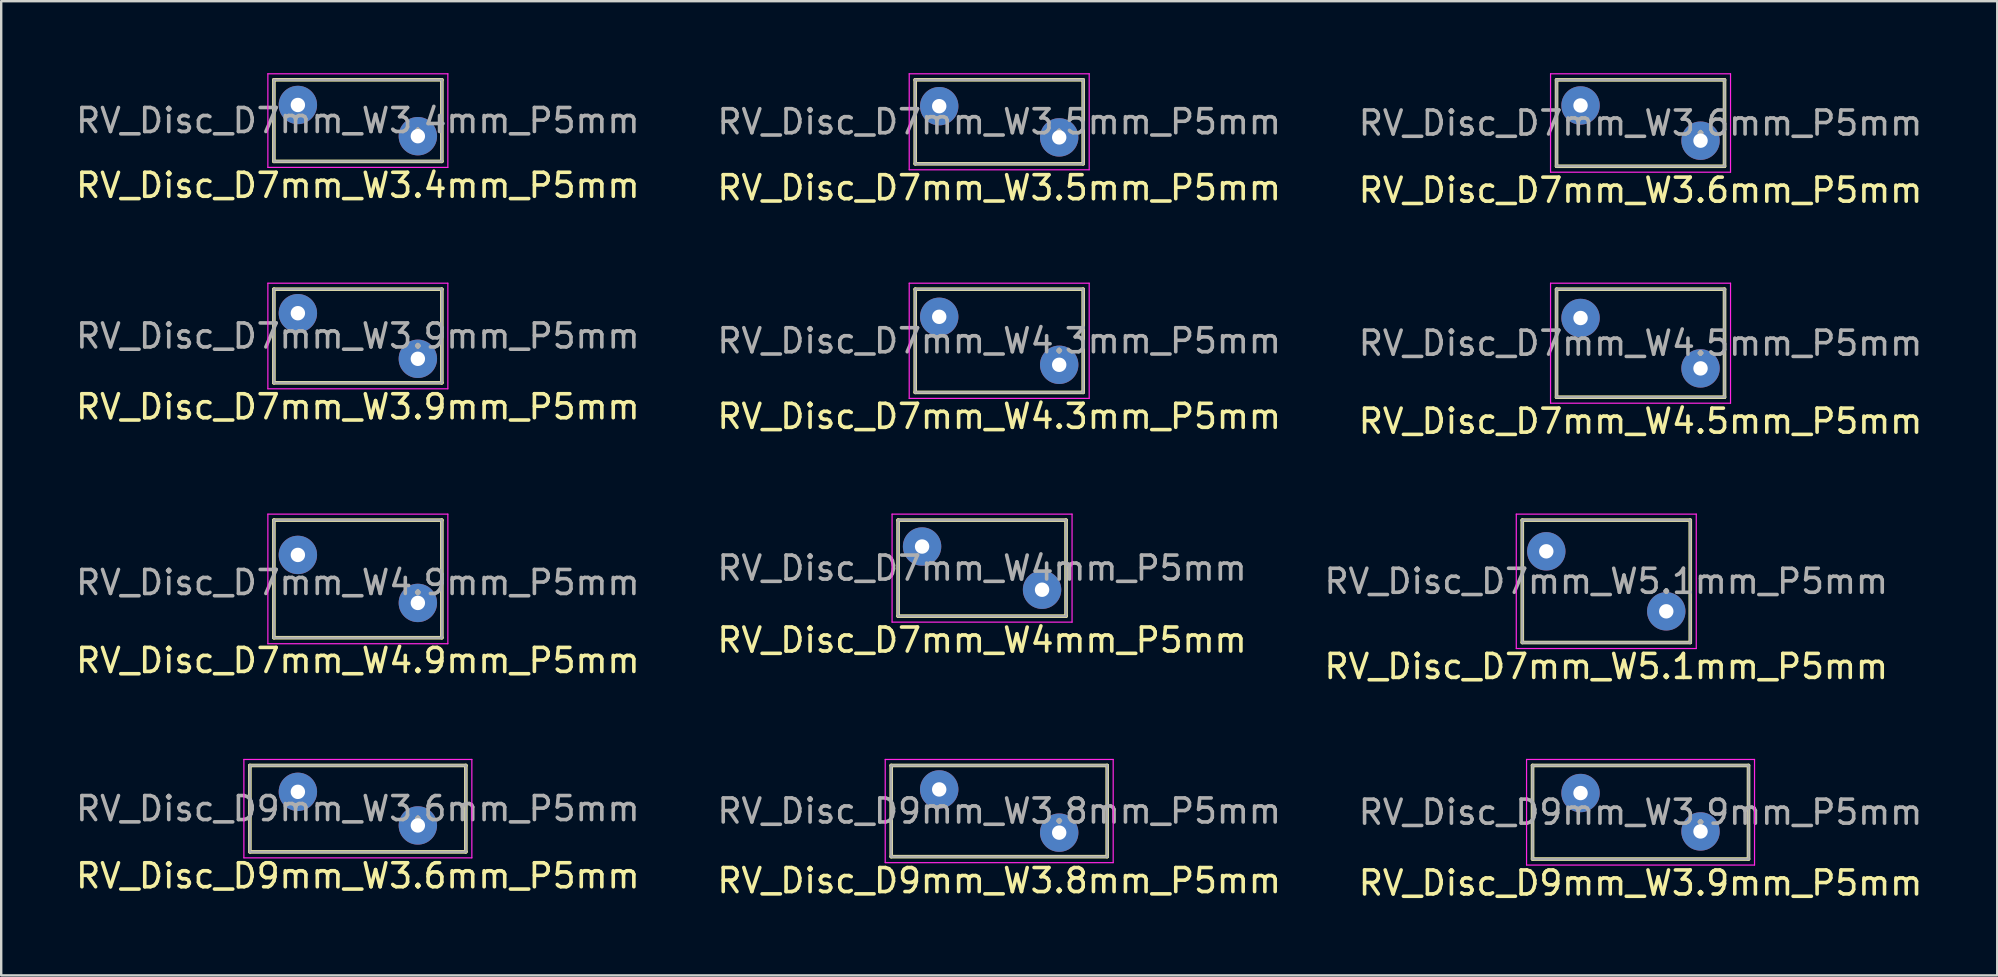
<source format=kicad_pcb>
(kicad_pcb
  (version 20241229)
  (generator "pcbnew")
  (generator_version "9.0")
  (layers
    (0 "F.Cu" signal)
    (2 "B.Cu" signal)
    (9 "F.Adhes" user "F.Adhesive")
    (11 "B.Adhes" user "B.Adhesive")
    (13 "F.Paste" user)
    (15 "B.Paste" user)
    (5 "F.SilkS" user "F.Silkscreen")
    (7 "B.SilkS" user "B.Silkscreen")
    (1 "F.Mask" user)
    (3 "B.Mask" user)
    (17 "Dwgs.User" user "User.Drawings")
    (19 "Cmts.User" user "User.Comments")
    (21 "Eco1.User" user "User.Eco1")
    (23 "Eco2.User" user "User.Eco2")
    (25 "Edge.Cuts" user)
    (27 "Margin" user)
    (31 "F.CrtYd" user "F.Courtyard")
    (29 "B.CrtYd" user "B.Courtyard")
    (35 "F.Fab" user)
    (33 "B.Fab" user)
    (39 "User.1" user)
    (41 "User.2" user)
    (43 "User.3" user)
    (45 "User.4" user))
  (footprint "RV_Disc_D7mm_W4.5mm_P5mm"
    (layer "F.Cu")
    (at 62.815 10.202)
    (property "Reference" "RV_Disc_D7mm_W4.5mm_P5mm" (at 2.5 4.3 0) (layer "F.SilkS") (effects (font (size 1 1) (thickness 0.15))))
    (attr through_hole)
    (fp_line (start -1 -1.2) (end -1 3.3) (stroke (width 0.15) (type solid)) (layer "F.SilkS"))
    (fp_line (start -1 -1.2) (end 6 -1.2) (stroke (width 0.15) (type solid)) (layer "F.SilkS"))
    (fp_line (start -1 3.3) (end 6 3.3) (stroke (width 0.15) (type solid)) (layer "F.SilkS"))
    (fp_line (start 6 -1.2) (end 6 3.3) (stroke (width 0.15) (type solid)) (layer "F.SilkS"))
    (fp_line (start -1.25 -1.45) (end -1.25 3.55) (stroke (width 0.05) (type solid)) (layer "F.CrtYd"))
    (fp_line (start -1.25 -1.45) (end 6.25 -1.45) (stroke (width 0.05) (type solid)) (layer "F.CrtYd"))
    (fp_line (start -1.25 3.55) (end 6.25 3.55) (stroke (width 0.05) (type solid)) (layer "F.CrtYd"))
    (fp_line (start 6.25 -1.45) (end 6.25 3.55) (stroke (width 0.05) (type solid)) (layer "F.CrtYd"))
    (fp_line (start -1 -1.2) (end -1 3.3) (stroke (width 0.1) (type solid)) (layer "F.Fab"))
    (fp_line (start -1 -1.2) (end 6 -1.2) (stroke (width 0.1) (type solid)) (layer "F.Fab"))
    (fp_line (start -1 3.3) (end 6 3.3) (stroke (width 0.1) (type solid)) (layer "F.Fab"))
    (fp_line (start 6 -1.2) (end 6 3.3) (stroke (width 0.1) (type solid)) (layer "F.Fab"))
    (fp_text user "${REFERENCE}" (at 2.5 1.05 0) (layer "F.Fab") (effects (font (size 1 1) (thickness 0.15))))
    (pad "1" thru_hole circle (at 0 0) (size 1.6 1.6) (drill 0.6) (layers "*.Cu" "*.Mask"))
    (pad "2" thru_hole circle (at 5 2.1) (size 1.6 1.6) (drill 0.6) (layers "*.Cu" "*.Mask")))
  (footprint "RV_Disc_D7mm_W3.4mm_P5mm"
    (layer "F.Cu")
    (at 9.363 1.325)
    (property "Reference" "RV_Disc_D7mm_W3.4mm_P5mm" (at 2.5 3.35 0) (layer "F.SilkS") (effects (font (size 1 1) (thickness 0.15))))
    (attr through_hole)
    (fp_line (start -1 -1.05) (end -1 2.35) (stroke (width 0.15) (type solid)) (layer "F.SilkS"))
    (fp_line (start -1 -1.05) (end 6 -1.05) (stroke (width 0.15) (type solid)) (layer "F.SilkS"))
    (fp_line (start -1 2.35) (end 6 2.35) (stroke (width 0.15) (type solid)) (layer "F.SilkS"))
    (fp_line (start 6 -1.05) (end 6 2.35) (stroke (width 0.15) (type solid)) (layer "F.SilkS"))
    (fp_line (start -1.25 -1.3) (end -1.25 2.6) (stroke (width 0.05) (type solid)) (layer "F.CrtYd"))
    (fp_line (start -1.25 -1.3) (end 6.25 -1.3) (stroke (width 0.05) (type solid)) (layer "F.CrtYd"))
    (fp_line (start -1.25 2.6) (end 6.25 2.6) (stroke (width 0.05) (type solid)) (layer "F.CrtYd"))
    (fp_line (start 6.25 -1.3) (end 6.25 2.6) (stroke (width 0.05) (type solid)) (layer "F.CrtYd"))
    (fp_line (start -1 -1.05) (end -1 2.35) (stroke (width 0.1) (type solid)) (layer "F.Fab"))
    (fp_line (start -1 -1.05) (end 6 -1.05) (stroke (width 0.1) (type solid)) (layer "F.Fab"))
    (fp_line (start -1 2.35) (end 6 2.35) (stroke (width 0.1) (type solid)) (layer "F.Fab"))
    (fp_line (start 6 -1.05) (end 6 2.35) (stroke (width 0.1) (type solid)) (layer "F.Fab"))
    (fp_text user "${REFERENCE}" (at 2.5 0.65 0) (layer "F.Fab") (effects (font (size 1 1) (thickness 0.15))))
    (pad "1" thru_hole circle (at 0 0) (size 1.6 1.6) (drill 0.6) (layers "*.Cu" "*.Mask"))
    (pad "2" thru_hole circle (at 5 1.3) (size 1.6 1.6) (drill 0.6) (layers "*.Cu" "*.Mask")))
  (footprint "RV_Disc_D7mm_W4.9mm_P5mm"
    (layer "F.Cu")
    (at 9.363 20.075)
    (property "Reference" "RV_Disc_D7mm_W4.9mm_P5mm" (at 2.5 4.4 0) (layer "F.SilkS") (effects (font (size 1 1) (thickness 0.15))))
    (attr through_hole)
    (fp_line (start -1 -1.45) (end -1 3.45) (stroke (width 0.15) (type solid)) (layer "F.SilkS"))
    (fp_line (start -1 -1.45) (end 6 -1.45) (stroke (width 0.15) (type solid)) (layer "F.SilkS"))
    (fp_line (start -1 3.45) (end 6 3.45) (stroke (width 0.15) (type solid)) (layer "F.SilkS"))
    (fp_line (start 6 -1.45) (end 6 3.45) (stroke (width 0.15) (type solid)) (layer "F.SilkS"))
    (fp_line (start -1.25 -1.7) (end -1.25 3.7) (stroke (width 0.05) (type solid)) (layer "F.CrtYd"))
    (fp_line (start -1.25 -1.7) (end 6.25 -1.7) (stroke (width 0.05) (type solid)) (layer "F.CrtYd"))
    (fp_line (start -1.25 3.7) (end 6.25 3.7) (stroke (width 0.05) (type solid)) (layer "F.CrtYd"))
    (fp_line (start 6.25 -1.7) (end 6.25 3.7) (stroke (width 0.05) (type solid)) (layer "F.CrtYd"))
    (fp_line (start -1 -1.45) (end -1 3.45) (stroke (width 0.1) (type solid)) (layer "F.Fab"))
    (fp_line (start -1 -1.45) (end 6 -1.45) (stroke (width 0.1) (type solid)) (layer "F.Fab"))
    (fp_line (start -1 3.45) (end 6 3.45) (stroke (width 0.1) (type solid)) (layer "F.Fab"))
    (fp_line (start 6 -1.45) (end 6 3.44) (stroke (width 0.1) (type solid)) (layer "F.Fab"))
    (fp_text user "${REFERENCE}" (at 2.5 1.15 0) (layer "F.Fab") (effects (font (size 1 1) (thickness 0.15))))
    (pad "1" thru_hole circle (at 0 0) (size 1.6 1.6) (drill 0.6) (layers "*.Cu" "*.Mask"))
    (pad "2" thru_hole circle (at 5 2) (size 1.6 1.6) (drill 0.6) (layers "*.Cu" "*.Mask")))
  (footprint "RV_Disc_D9mm_W3.9mm_P5mm"
    (layer "F.Cu")
    (at 62.815 29.998)
    (property "Reference" "RV_Disc_D9mm_W3.9mm_P5mm" (at 2.5 3.75 0) (layer "F.SilkS") (effects (font (size 1 1) (thickness 0.15))))
    (attr through_hole)
    (fp_line (start -2 -1.15) (end -2 2.75) (stroke (width 0.15) (type solid)) (layer "F.SilkS"))
    (fp_line (start -2 -1.15) (end 7 -1.15) (stroke (width 0.15) (type solid)) (layer "F.SilkS"))
    (fp_line (start -2 2.75) (end 7 2.75) (stroke (width 0.15) (type solid)) (layer "F.SilkS"))
    (fp_line (start 7 -1.15) (end 7 2.75) (stroke (width 0.15) (type solid)) (layer "F.SilkS"))
    (fp_line (start -2.25 -1.4) (end -2.25 3) (stroke (width 0.05) (type solid)) (layer "F.CrtYd"))
    (fp_line (start -2.25 -1.4) (end 7.25 -1.4) (stroke (width 0.05) (type solid)) (layer "F.CrtYd"))
    (fp_line (start -2.25 3) (end 7.25 3) (stroke (width 0.05) (type solid)) (layer "F.CrtYd"))
    (fp_line (start 7.25 -1.4) (end 7.25 3) (stroke (width 0.05) (type solid)) (layer "F.CrtYd"))
    (fp_line (start -2 -1.15) (end -2 2.75) (stroke (width 0.1) (type solid)) (layer "F.Fab"))
    (fp_line (start -2 -1.15) (end 7 -1.15) (stroke (width 0.1) (type solid)) (layer "F.Fab"))
    (fp_line (start -2 2.75) (end 7 2.75) (stroke (width 0.1) (type solid)) (layer "F.Fab"))
    (fp_line (start 7 -1.15) (end 7 2.75) (stroke (width 0.1) (type solid)) (layer "F.Fab"))
    (fp_text user "${REFERENCE}" (at 2.5 0.8 0) (layer "F.Fab") (effects (font (size 1 1) (thickness 0.15))))
    (pad "1" thru_hole circle (at 0 0) (size 1.6 1.6) (drill 0.6) (layers "*.Cu" "*.Mask"))
    (pad "2" thru_hole circle (at 5 1.6) (size 1.6 1.6) (drill 0.6) (layers "*.Cu" "*.Mask")))
  (footprint "RV_Disc_D7mm_W3.6mm_P5mm"
    (layer "F.Cu")
    (at 62.815 1.345)
    (property "Reference" "RV_Disc_D7mm_W3.6mm_P5mm" (at 2.5 3.533 0) (layer "F.SilkS") (effects (font (size 1 1) (thickness 0.15))))
    (attr through_hole)
    (fp_line (start -1 -1.067) (end -1 2.533) (stroke (width 0.15) (type solid)) (layer "F.SilkS"))
    (fp_line (start -1 -1.067) (end 6 -1.067) (stroke (width 0.15) (type solid)) (layer "F.SilkS"))
    (fp_line (start -1 2.533) (end 6 2.533) (stroke (width 0.15) (type solid)) (layer "F.SilkS"))
    (fp_line (start 6 -1.067) (end 6 2.533) (stroke (width 0.15) (type solid)) (layer "F.SilkS"))
    (fp_line (start -1.25 -1.32) (end -1.25 2.78) (stroke (width 0.05) (type solid)) (layer "F.CrtYd"))
    (fp_line (start -1.25 -1.32) (end 6.25 -1.32) (stroke (width 0.05) (type solid)) (layer "F.CrtYd"))
    (fp_line (start -1.25 2.78) (end 6.25 2.78) (stroke (width 0.05) (type solid)) (layer "F.CrtYd"))
    (fp_line (start 6.25 -1.32) (end 6.25 2.78) (stroke (width 0.05) (type solid)) (layer "F.CrtYd"))
    (fp_line (start -1 -1.067) (end -1 2.533) (stroke (width 0.1) (type solid)) (layer "F.Fab"))
    (fp_line (start -1 -1.067) (end 6 -1.067) (stroke (width 0.1) (type solid)) (layer "F.Fab"))
    (fp_line (start -1 2.533) (end 6 2.533) (stroke (width 0.1) (type solid)) (layer "F.Fab"))
    (fp_line (start 6 -1.067) (end 6 2.533) (stroke (width 0.1) (type solid)) (layer "F.Fab"))
    (fp_text user "${REFERENCE}" (at 2.5 0.733 0) (layer "F.Fab") (effects (font (size 1 1) (thickness 0.15))))
    (pad "1" thru_hole circle (at 0 0) (size 1.6 1.6) (drill 0.6) (layers "*.Cu" "*.Mask"))
    (pad "2" thru_hole circle (at 5 1.467) (size 1.6 1.6) (drill 0.6) (layers "*.Cu" "*.Mask")))
  (footprint "RV_Disc_D7mm_W4mm_P5mm"
    (layer "F.Cu")
    (at 35.375 19.725)
    (property "Reference" "RV_Disc_D7mm_W4mm_P5mm" (at 2.5 3.9 0) (layer "F.SilkS") (effects (font (size 1 1) (thickness 0.15))))
    (attr through_hole)
    (fp_line (start -1 -1.1) (end -1 2.9) (stroke (width 0.15) (type solid)) (layer "F.SilkS"))
    (fp_line (start -1 -1.1) (end 6 -1.1) (stroke (width 0.15) (type solid)) (layer "F.SilkS"))
    (fp_line (start -1 2.9) (end 6 2.9) (stroke (width 0.15) (type solid)) (layer "F.SilkS"))
    (fp_line (start 6 -1.1) (end 6 2.9) (stroke (width 0.15) (type solid)) (layer "F.SilkS"))
    (fp_line (start -1.25 -1.35) (end -1.25 3.15) (stroke (width 0.05) (type solid)) (layer "F.CrtYd"))
    (fp_line (start -1.25 -1.35) (end 6.25 -1.35) (stroke (width 0.05) (type solid)) (layer "F.CrtYd"))
    (fp_line (start -1.25 3.15) (end 6.25 3.15) (stroke (width 0.05) (type solid)) (layer "F.CrtYd"))
    (fp_line (start 6.25 -1.35) (end 6.25 3.15) (stroke (width 0.05) (type solid)) (layer "F.CrtYd"))
    (fp_line (start -1 -1.1) (end -1 2.9) (stroke (width 0.1) (type solid)) (layer "F.Fab"))
    (fp_line (start -1 -1.1) (end 6 -1.1) (stroke (width 0.1) (type solid)) (layer "F.Fab"))
    (fp_line (start -1 2.9) (end 6 2.9) (stroke (width 0.1) (type solid)) (layer "F.Fab"))
    (fp_line (start 6 -1.1) (end 6 2.9) (stroke (width 0.1) (type solid)) (layer "F.Fab"))
    (fp_text user "${REFERENCE}" (at 2.5 0.9 0) (layer "F.Fab") (effects (font (size 1 1) (thickness 0.15))))
    (pad "1" thru_hole circle (at 0 0) (size 1.6 1.6) (drill 0.6) (layers "*.Cu" "*.Mask"))
    (pad "2" thru_hole circle (at 5 1.8) (size 1.6 1.6) (drill 0.6) (layers "*.Cu" "*.Mask")))
  (footprint "RV_Disc_D7mm_W3.9mm_P5mm"
    (layer "F.Cu")
    (at 9.363 10.002)
    (property "Reference" "RV_Disc_D7mm_W3.9mm_P5mm" (at 2.5 3.9 0) (layer "F.SilkS") (effects (font (size 1 1) (thickness 0.15))))
    (attr through_hole)
    (fp_line (start -1 -1) (end -1 2.9) (stroke (width 0.15) (type solid)) (layer "F.SilkS"))
    (fp_line (start -1 -1) (end 6 -1) (stroke (width 0.15) (type solid)) (layer "F.SilkS"))
    (fp_line (start -1 2.9) (end 6 2.9) (stroke (width 0.15) (type solid)) (layer "F.SilkS"))
    (fp_line (start 6 -1) (end 6 2.9) (stroke (width 0.15) (type solid)) (layer "F.SilkS"))
    (fp_line (start -1.25 -1.25) (end -1.25 3.15) (stroke (width 0.05) (type solid)) (layer "F.CrtYd"))
    (fp_line (start -1.25 -1.25) (end 6.25 -1.25) (stroke (width 0.05) (type solid)) (layer "F.CrtYd"))
    (fp_line (start -1.25 3.15) (end 6.25 3.15) (stroke (width 0.05) (type solid)) (layer "F.CrtYd"))
    (fp_line (start 6.25 -1.25) (end 6.25 3.15) (stroke (width 0.05) (type solid)) (layer "F.CrtYd"))
    (fp_line (start -1 -1) (end -1 2.9) (stroke (width 0.1) (type solid)) (layer "F.Fab"))
    (fp_line (start -1 -1) (end 6 -1) (stroke (width 0.1) (type solid)) (layer "F.Fab"))
    (fp_line (start -1 2.9) (end 6 2.9) (stroke (width 0.1) (type solid)) (layer "F.Fab"))
    (fp_line (start 6 -1) (end 6 2.9) (stroke (width 0.1) (type solid)) (layer "F.Fab"))
    (fp_text user "${REFERENCE}" (at 2.5 0.95 0) (layer "F.Fab") (effects (font (size 1 1) (thickness 0.15))))
    (pad "1" thru_hole circle (at 0 0) (size 1.6 1.6) (drill 0.6) (layers "*.Cu" "*.Mask"))
    (pad "2" thru_hole circle (at 5 1.9) (size 1.6 1.6) (drill 0.6) (layers "*.Cu" "*.Mask")))
  (footprint "RV_Disc_D9mm_W3.6mm_P5mm"
    (layer "F.Cu")
    (at 9.363 29.948)
    (property "Reference" "RV_Disc_D9mm_W3.6mm_P5mm" (at 2.5 3.5 0) (layer "F.SilkS") (effects (font (size 1 1) (thickness 0.15))))
    (attr through_hole)
    (fp_line (start -2 -1.1) (end -2 2.5) (stroke (width 0.15) (type solid)) (layer "F.SilkS"))
    (fp_line (start -2 -1.1) (end 7 -1.1) (stroke (width 0.15) (type solid)) (layer "F.SilkS"))
    (fp_line (start -2 2.5) (end 7 2.5) (stroke (width 0.15) (type solid)) (layer "F.SilkS"))
    (fp_line (start 7 -1.1) (end 7 2.5) (stroke (width 0.15) (type solid)) (layer "F.SilkS"))
    (fp_line (start -2.25 -1.35) (end -2.25 2.75) (stroke (width 0.05) (type solid)) (layer "F.CrtYd"))
    (fp_line (start -2.25 -1.35) (end 7.25 -1.35) (stroke (width 0.05) (type solid)) (layer "F.CrtYd"))
    (fp_line (start -2.25 2.75) (end 7.25 2.75) (stroke (width 0.05) (type solid)) (layer "F.CrtYd"))
    (fp_line (start 7.25 -1.35) (end 7.25 2.75) (stroke (width 0.05) (type solid)) (layer "F.CrtYd"))
    (fp_line (start -2 -1.1) (end -2 2.5) (stroke (width 0.1) (type solid)) (layer "F.Fab"))
    (fp_line (start -2 -1.1) (end 7 -1.1) (stroke (width 0.1) (type solid)) (layer "F.Fab"))
    (fp_line (start -2 2.5) (end 7 2.5) (stroke (width 0.1) (type solid)) (layer "F.Fab"))
    (fp_line (start 7 -1.1) (end 7 2.5) (stroke (width 0.1) (type solid)) (layer "F.Fab"))
    (fp_text user "${REFERENCE}" (at 2.5 0.7 0) (layer "F.Fab") (effects (font (size 1 1) (thickness 0.15))))
    (pad "1" thru_hole circle (at 0 0) (size 1.6 1.6) (drill 0.6) (layers "*.Cu" "*.Mask"))
    (pad "2" thru_hole circle (at 5 1.4) (size 1.6 1.6) (drill 0.6) (layers "*.Cu" "*.Mask")))
  (footprint "RV_Disc_D9mm_W3.8mm_P5mm"
    (layer "F.Cu")
    (at 36.089 29.848)
    (property "Reference" "RV_Disc_D9mm_W3.8mm_P5mm" (at 2.5 3.8 0) (layer "F.SilkS") (effects (font (size 1 1) (thickness 0.15))))
    (attr through_hole)
    (fp_line (start -2 -1) (end -2 2.8) (stroke (width 0.15) (type solid)) (layer "F.SilkS"))
    (fp_line (start -2 -1) (end 7 -1) (stroke (width 0.15) (type solid)) (layer "F.SilkS"))
    (fp_line (start -2 2.8) (end 7 2.8) (stroke (width 0.15) (type solid)) (layer "F.SilkS"))
    (fp_line (start 7 -1) (end 7 2.8) (stroke (width 0.15) (type solid)) (layer "F.SilkS"))
    (fp_line (start -2.25 -1.25) (end -2.25 3.05) (stroke (width 0.05) (type solid)) (layer "F.CrtYd"))
    (fp_line (start -2.25 -1.25) (end 7.25 -1.25) (stroke (width 0.05) (type solid)) (layer "F.CrtYd"))
    (fp_line (start -2.25 3.05) (end 7.25 3.05) (stroke (width 0.05) (type solid)) (layer "F.CrtYd"))
    (fp_line (start 7.25 -1.25) (end 7.25 3.05) (stroke (width 0.05) (type solid)) (layer "F.CrtYd"))
    (fp_line (start -2 -1) (end -2 2.8) (stroke (width 0.1) (type solid)) (layer "F.Fab"))
    (fp_line (start -2 -1) (end 7 -1) (stroke (width 0.1) (type solid)) (layer "F.Fab"))
    (fp_line (start -2 2.8) (end 7 2.8) (stroke (width 0.1) (type solid)) (layer "F.Fab"))
    (fp_line (start 7 -1) (end 7 2.8) (stroke (width 0.1) (type solid)) (layer "F.Fab"))
    (fp_text user "${REFERENCE}" (at 2.5 0.9 0) (layer "F.Fab") (effects (font (size 1 1) (thickness 0.15))))
    (pad "1" thru_hole circle (at 0 0) (size 1.6 1.6) (drill 0.6) (layers "*.Cu" "*.Mask"))
    (pad "2" thru_hole circle (at 5 1.8) (size 1.6 1.6) (drill 0.6) (layers "*.Cu" "*.Mask")))
  (footprint "RV_Disc_D7mm_W5.1mm_P5mm"
    (layer "F.Cu")
    (at 61.387 19.925)
    (property "Reference" "RV_Disc_D7mm_W5.1mm_P5mm" (at 2.5 4.8 0) (layer "F.SilkS") (effects (font (size 1 1) (thickness 0.15))))
    (attr through_hole)
    (fp_line (start -1 -1.3) (end -1 3.8) (stroke (width 0.15) (type solid)) (layer "F.SilkS"))
    (fp_line (start -1 -1.3) (end 6 -1.3) (stroke (width 0.15) (type solid)) (layer "F.SilkS"))
    (fp_line (start -1 3.8) (end 6 3.8) (stroke (width 0.15) (type solid)) (layer "F.SilkS"))
    (fp_line (start 6 -1.3) (end 6 3.8) (stroke (width 0.15) (type solid)) (layer "F.SilkS"))
    (fp_line (start -1.25 -1.55) (end -1.25 4.05) (stroke (width 0.05) (type solid)) (layer "F.CrtYd"))
    (fp_line (start -1.25 -1.55) (end 6.25 -1.55) (stroke (width 0.05) (type solid)) (layer "F.CrtYd"))
    (fp_line (start -1.25 4.05) (end 6.25 4.05) (stroke (width 0.05) (type solid)) (layer "F.CrtYd"))
    (fp_line (start 6.25 -1.55) (end 6.25 4.05) (stroke (width 0.05) (type solid)) (layer "F.CrtYd"))
    (fp_line (start -1 -1.3) (end -1 3.8) (stroke (width 0.1) (type solid)) (layer "F.Fab"))
    (fp_line (start -1 -1.3) (end 6 -1.3) (stroke (width 0.1) (type solid)) (layer "F.Fab"))
    (fp_line (start -1 3.8) (end 6 3.8) (stroke (width 0.1) (type solid)) (layer "F.Fab"))
    (fp_line (start 6 -1.3) (end 6 3.8) (stroke (width 0.1) (type solid)) (layer "F.Fab"))
    (fp_text user "${REFERENCE}" (at 2.5 1.25 0) (layer "F.Fab") (effects (font (size 1 1) (thickness 0.15))))
    (pad "1" thru_hole circle (at 0 0) (size 1.6 1.6) (drill 0.6) (layers "*.Cu" "*.Mask"))
    (pad "2" thru_hole circle (at 5 2.5) (size 1.6 1.6) (drill 0.6) (layers "*.Cu" "*.Mask")))
  (footprint "RV_Disc_D7mm_W4.3mm_P5mm"
    (layer "F.Cu")
    (at 36.089 10.152)
    (property "Reference" "RV_Disc_D7mm_W4.3mm_P5mm" (at 2.5 4.15 0) (layer "F.SilkS") (effects (font (size 1 1) (thickness 0.15))))
    (attr through_hole)
    (fp_line (start -1 -1.15) (end -1 3.15) (stroke (width 0.15) (type solid)) (layer "F.SilkS"))
    (fp_line (start -1 -1.15) (end 6 -1.15) (stroke (width 0.15) (type solid)) (layer "F.SilkS"))
    (fp_line (start -1 3.15) (end 6 3.15) (stroke (width 0.15) (type solid)) (layer "F.SilkS"))
    (fp_line (start 6 -1.15) (end 6 3.15) (stroke (width 0.15) (type solid)) (layer "F.SilkS"))
    (fp_line (start -1.25 -1.4) (end -1.25 3.4) (stroke (width 0.05) (type solid)) (layer "F.CrtYd"))
    (fp_line (start -1.25 -1.4) (end 6.25 -1.4) (stroke (width 0.05) (type solid)) (layer "F.CrtYd"))
    (fp_line (start -1.25 3.4) (end 6.25 3.4) (stroke (width 0.05) (type solid)) (layer "F.CrtYd"))
    (fp_line (start 6.25 -1.4) (end 6.25 3.4) (stroke (width 0.05) (type solid)) (layer "F.CrtYd"))
    (fp_line (start -1 -1.15) (end -1 3.15) (stroke (width 0.1) (type solid)) (layer "F.Fab"))
    (fp_line (start -1 -1.15) (end 6 -1.15) (stroke (width 0.1) (type solid)) (layer "F.Fab"))
    (fp_line (start -1 3.15) (end 6 3.15) (stroke (width 0.1) (type solid)) (layer "F.Fab"))
    (fp_line (start 6 -1.15) (end 6 3.15) (stroke (width 0.1) (type solid)) (layer "F.Fab"))
    (fp_text user "${REFERENCE}" (at 2.5 1 0) (layer "F.Fab") (effects (font (size 1 1) (thickness 0.15))))
    (pad "1" thru_hole circle (at 0 0) (size 1.6 1.6) (drill 0.6) (layers "*.Cu" "*.Mask"))
    (pad "2" thru_hole circle (at 5 2) (size 1.6 1.6) (drill 0.6) (layers "*.Cu" "*.Mask")))
  (footprint "RV_Disc_D7mm_W3.5mm_P5mm"
    (layer "F.Cu")
    (at 36.089 1.375)
    (property "Reference" "RV_Disc_D7mm_W3.5mm_P5mm" (at 2.5 3.4 0) (layer "F.SilkS") (effects (font (size 1 1) (thickness 0.15))))
    (attr through_hole)
    (fp_line (start -1 -1.1) (end -1 2.4) (stroke (width 0.15) (type solid)) (layer "F.SilkS"))
    (fp_line (start -1 -1.1) (end 6 -1.1) (stroke (width 0.15) (type solid)) (layer "F.SilkS"))
    (fp_line (start -1 2.4) (end 6 2.4) (stroke (width 0.15) (type solid)) (layer "F.SilkS"))
    (fp_line (start 6 -1.1) (end 6 2.4) (stroke (width 0.15) (type solid)) (layer "F.SilkS"))
    (fp_line (start -1.25 -1.35) (end -1.25 2.65) (stroke (width 0.05) (type solid)) (layer "F.CrtYd"))
    (fp_line (start -1.25 -1.35) (end 6.25 -1.35) (stroke (width 0.05) (type solid)) (layer "F.CrtYd"))
    (fp_line (start -1.25 2.65) (end 6.25 2.65) (stroke (width 0.05) (type solid)) (layer "F.CrtYd"))
    (fp_line (start 6.25 -1.35) (end 6.25 2.65) (stroke (width 0.05) (type solid)) (layer "F.CrtYd"))
    (fp_line (start -1 -1.1) (end -1 2.4) (stroke (width 0.1) (type solid)) (layer "F.Fab"))
    (fp_line (start -1 -1.1) (end 6 -1.1) (stroke (width 0.1) (type solid)) (layer "F.Fab"))
    (fp_line (start -1 2.4) (end 6 2.4) (stroke (width 0.1) (type solid)) (layer "F.Fab"))
    (fp_line (start 6 -1.1) (end 6 2.4) (stroke (width 0.1) (type solid)) (layer "F.Fab"))
    (fp_text user "${REFERENCE}" (at 2.5 0.65 0) (layer "F.Fab") (effects (font (size 1 1) (thickness 0.15))))
    (pad "1" thru_hole circle (at 0 0) (size 1.6 1.6) (drill 0.6) (layers "*.Cu" "*.Mask"))
    (pad "2" thru_hole circle (at 5 1.3) (size 1.6 1.6) (drill 0.6) (layers "*.Cu" "*.Mask")))
  (gr_rect
    (start -3 -3)
    (end 80.179 37.596)
    (stroke (width 0.1) (type default))
    (fill no)
    (layer "Edge.Cuts")))
</source>
